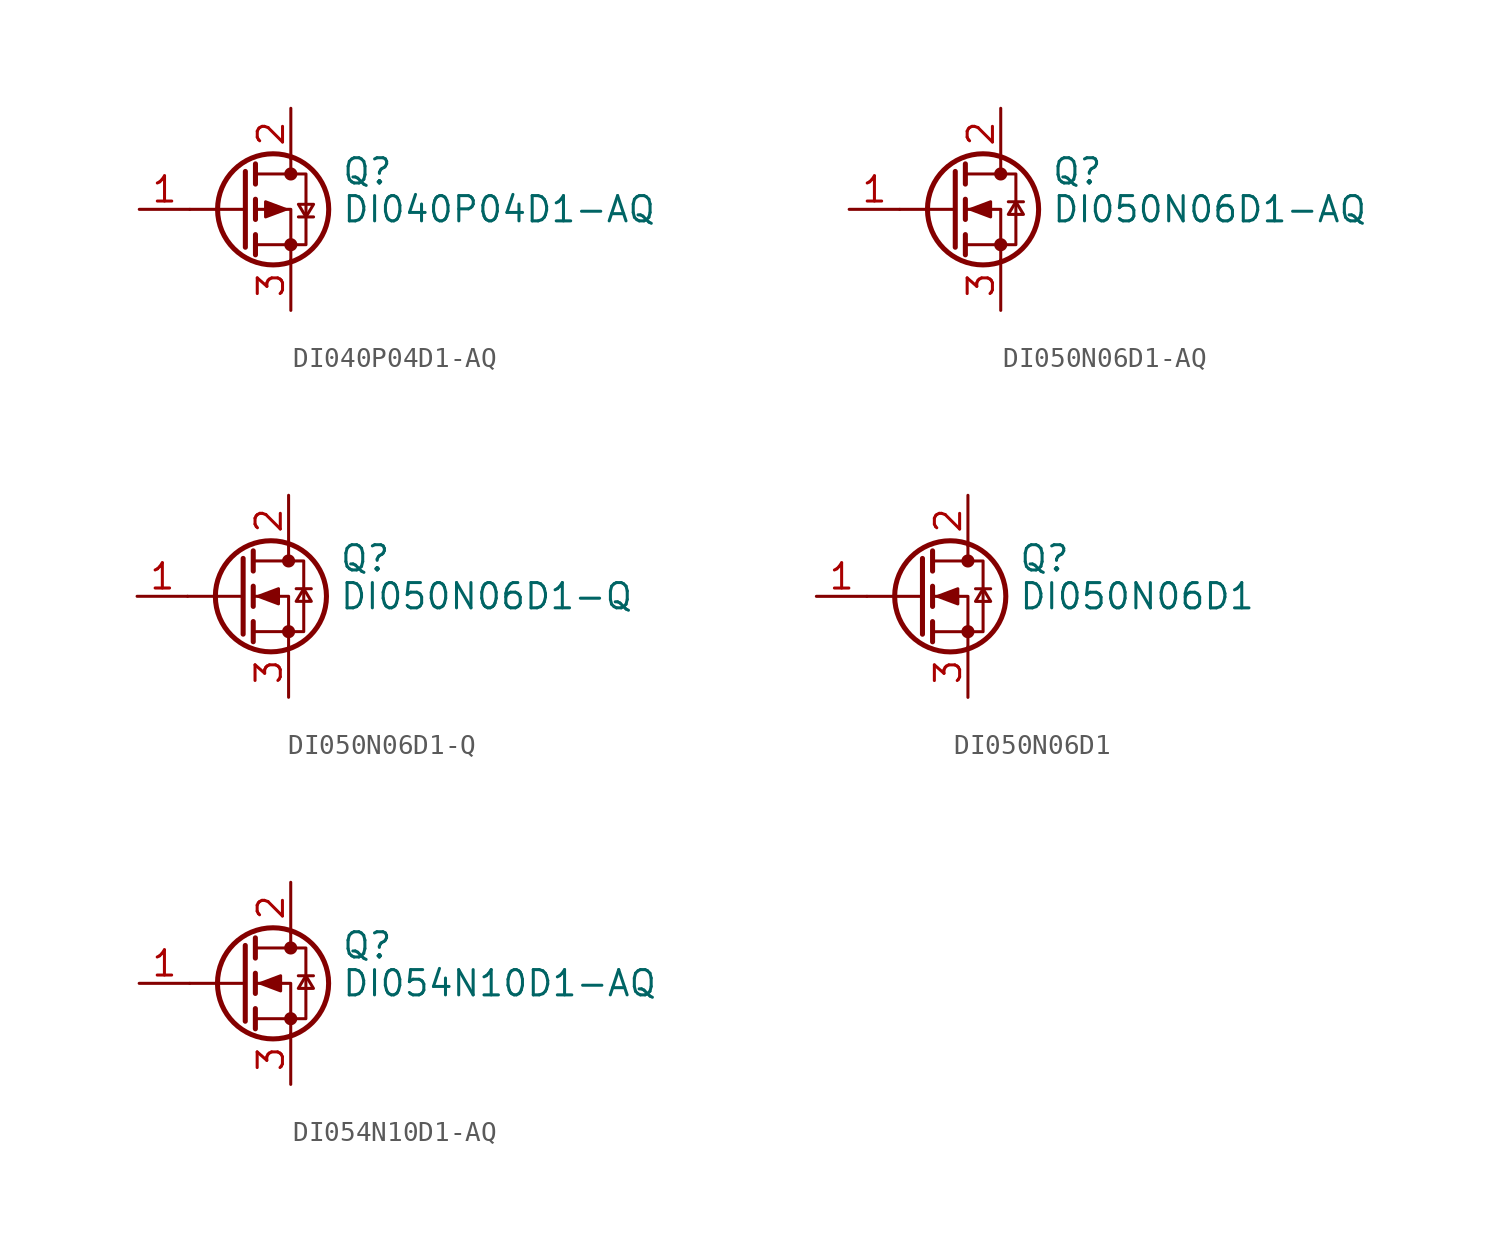
<source format=kicad_sym>
(kicad_symbol_lib
  (version 20241209)
  (generator "kicad_symbol_editor")
  (generator_version "9.0")
  (symbol "DI040P04D1-AQ"
    (pin_names
      (offset 0)
      (hide yes))
    (property "Reference" "Q"
      (at 5.08 1.905 0)
      (effects (font (size 1.27 1.27)) (justify left)))
    (property "Value" "DI040P04D1-AQ"
      (at 5.08 0 0)
      (effects (font (size 1.27 1.27)) (justify left)))
    (symbol "DI040P04D1-AQ_0_1"
      (polyline (pts (xy 0.254 1.905) (xy 0.254 -1.905)) (stroke (width 0.254) (type default)) (fill (type none)))
      (polyline (pts (xy 0.254 0) (xy -2.54 0)) (stroke (width 0) (type default)) (fill (type none)))
      (polyline (pts (xy 0.762 2.286) (xy 0.762 1.27)) (stroke (width 0.254) (type default)) (fill (type none)))
      (polyline (pts (xy 0.762 1.778) (xy 3.302 1.778) (xy 3.302 -1.778) (xy 0.762 -1.778)) (stroke (width 0) (type default)) (fill (type none)))
      (polyline (pts (xy 0.762 0.508) (xy 0.762 -0.508)) (stroke (width 0.254) (type default)) (fill (type none)))
      (polyline (pts (xy 0.762 -1.27) (xy 0.762 -2.286)) (stroke (width 0.254) (type default)) (fill (type none)))
      (circle (center 1.651 0) (radius 2.794) (stroke (width 0.254) (type default)) (fill (type none)))
      (polyline (pts (xy 2.286 0) (xy 1.27 0.381) (xy 1.27 -0.381) (xy 2.286 0)) (stroke (width 0) (type default)) (fill (type outline)))
      (polyline (pts (xy 2.54 2.54) (xy 2.54 1.778)) (stroke (width 0) (type default)) (fill (type none)))
      (circle (center 2.54 1.778) (radius 0.254) (stroke (width 0) (type default)) (fill (type outline)))
      (circle (center 2.54 -1.778) (radius 0.254) (stroke (width 0) (type default)) (fill (type outline)))
      (polyline (pts (xy 2.54 -2.54) (xy 2.54 0) (xy 0.762 0)) (stroke (width 0) (type default)) (fill (type none)))
      (polyline (pts (xy 2.921 -0.381) (xy 3.683 -0.381)) (stroke (width 0) (type default)) (fill (type none)))
      (polyline (pts (xy 3.302 -0.381) (xy 2.921 0.254) (xy 3.683 0.254) (xy 3.302 -0.381)) (stroke (width 0) (type default)) (fill (type none))))
    (symbol "DI040P04D1-AQ_1_1"
      (pin input line (at -5.08 0 0) (length 2.54) (name "G" (effects (font (size 1.27 1.27)))) (number "1" (effects (font (size 1.27 1.27)))))
      (pin passive line (at 2.54 5.08 270) (length 2.54) (name "D" (effects (font (size 1.27 1.27)))) (number "2" (effects (font (size 1.27 1.27)))))
      (pin passive line (at 2.54 -5.08 90) (length 2.54) (name "S" (effects (font (size 1.27 1.27)))) (number "3" (effects (font (size 1.27 1.27)))))))
  (symbol "DI050N06D1-AQ"
    (pin_names
      (offset 0)
      (hide yes))
    (property "Reference" "Q"
      (at 5.08 1.905 0)
      (effects (font (size 1.27 1.27)) (justify left)))
    (property "Value" "DI050N06D1-AQ"
      (at 5.08 0 0)
      (effects (font (size 1.27 1.27)) (justify left)))
    (symbol "DI050N06D1-AQ_0_1"
      (polyline (pts (xy 0.254 1.905) (xy 0.254 -1.905)) (stroke (width 0.254) (type default)) (fill (type none)))
      (polyline (pts (xy 0.254 0) (xy -2.54 0)) (stroke (width 0) (type default)) (fill (type none)))
      (polyline (pts (xy 0.762 2.286) (xy 0.762 1.27)) (stroke (width 0.254) (type default)) (fill (type none)))
      (polyline (pts (xy 0.762 0.508) (xy 0.762 -0.508)) (stroke (width 0.254) (type default)) (fill (type none)))
      (polyline (pts (xy 0.762 -1.27) (xy 0.762 -2.286)) (stroke (width 0.254) (type default)) (fill (type none)))
      (polyline (pts (xy 0.762 -1.778) (xy 3.302 -1.778) (xy 3.302 1.778) (xy 0.762 1.778)) (stroke (width 0) (type default)) (fill (type none)))
      (polyline (pts (xy 1.016 0) (xy 2.032 0.381) (xy 2.032 -0.381) (xy 1.016 0)) (stroke (width 0) (type default)) (fill (type outline)))
      (circle (center 1.651 0) (radius 2.794) (stroke (width 0.254) (type default)) (fill (type none)))
      (polyline (pts (xy 2.54 2.54) (xy 2.54 1.778)) (stroke (width 0) (type default)) (fill (type none)))
      (circle (center 2.54 1.778) (radius 0.254) (stroke (width 0) (type default)) (fill (type outline)))
      (circle (center 2.54 -1.778) (radius 0.254) (stroke (width 0) (type default)) (fill (type outline)))
      (polyline (pts (xy 2.54 -2.54) (xy 2.54 0) (xy 0.762 0)) (stroke (width 0) (type default)) (fill (type none)))
      (polyline (pts (xy 2.921 0.381) (xy 3.683 0.381)) (stroke (width 0) (type default)) (fill (type none)))
      (polyline (pts (xy 3.302 0.381) (xy 2.921 -0.254) (xy 3.683 -0.254) (xy 3.302 0.381)) (stroke (width 0) (type default)) (fill (type none))))
    (symbol "DI050N06D1-AQ_1_1"
      (pin input line (at -5.08 0 0) (length 2.54) (name "G" (effects (font (size 1.27 1.27)))) (number "1" (effects (font (size 1.27 1.27)))))
      (pin passive line (at 2.54 5.08 270) (length 2.54) (name "D" (effects (font (size 1.27 1.27)))) (number "2" (effects (font (size 1.27 1.27)))))
      (pin passive line (at 2.54 -5.08 90) (length 2.54) (name "S" (effects (font (size 1.27 1.27)))) (number "3" (effects (font (size 1.27 1.27)))))))
  (symbol "DI050N06D1-Q"
    (pin_names
      (offset 0)
      (hide yes))
    (property "Reference" "Q"
      (at 5.08 1.905 0)
      (effects (font (size 1.27 1.27)) (justify left)))
    (property "Value" "DI050N06D1-Q"
      (at 5.08 0 0)
      (effects (font (size 1.27 1.27)) (justify left)))
    (symbol "DI050N06D1-Q_0_1"
      (polyline (pts (xy 0.254 1.905) (xy 0.254 -1.905)) (stroke (width 0.254) (type default)) (fill (type none)))
      (polyline (pts (xy 0.254 0) (xy -2.54 0)) (stroke (width 0) (type default)) (fill (type none)))
      (polyline (pts (xy 0.762 2.286) (xy 0.762 1.27)) (stroke (width 0.254) (type default)) (fill (type none)))
      (polyline (pts (xy 0.762 0.508) (xy 0.762 -0.508)) (stroke (width 0.254) (type default)) (fill (type none)))
      (polyline (pts (xy 0.762 -1.27) (xy 0.762 -2.286)) (stroke (width 0.254) (type default)) (fill (type none)))
      (polyline (pts (xy 0.762 -1.778) (xy 3.302 -1.778) (xy 3.302 1.778) (xy 0.762 1.778)) (stroke (width 0) (type default)) (fill (type none)))
      (polyline (pts (xy 1.016 0) (xy 2.032 0.381) (xy 2.032 -0.381) (xy 1.016 0)) (stroke (width 0) (type default)) (fill (type outline)))
      (circle (center 1.651 0) (radius 2.794) (stroke (width 0.254) (type default)) (fill (type none)))
      (polyline (pts (xy 2.54 2.54) (xy 2.54 1.778)) (stroke (width 0) (type default)) (fill (type none)))
      (circle (center 2.54 1.778) (radius 0.254) (stroke (width 0) (type default)) (fill (type outline)))
      (circle (center 2.54 -1.778) (radius 0.254) (stroke (width 0) (type default)) (fill (type outline)))
      (polyline (pts (xy 2.54 -2.54) (xy 2.54 0) (xy 0.762 0)) (stroke (width 0) (type default)) (fill (type none)))
      (polyline (pts (xy 2.921 0.381) (xy 3.683 0.381)) (stroke (width 0) (type default)) (fill (type none)))
      (polyline (pts (xy 3.302 0.381) (xy 2.921 -0.254) (xy 3.683 -0.254) (xy 3.302 0.381)) (stroke (width 0) (type default)) (fill (type none))))
    (symbol "DI050N06D1-Q_1_1"
      (pin input line (at -5.08 0 0) (length 2.54) (name "G" (effects (font (size 1.27 1.27)))) (number "1" (effects (font (size 1.27 1.27)))))
      (pin passive line (at 2.54 5.08 270) (length 2.54) (name "D" (effects (font (size 1.27 1.27)))) (number "2" (effects (font (size 1.27 1.27)))))
      (pin passive line (at 2.54 -5.08 90) (length 2.54) (name "S" (effects (font (size 1.27 1.27)))) (number "3" (effects (font (size 1.27 1.27)))))))
  (symbol "DI050N06D1"
    (pin_names
      (offset 0)
      (hide yes))
    (property "Reference" "Q"
      (at 5.08 1.905 0)
      (effects (font (size 1.27 1.27)) (justify left)))
    (property "Value" "DI050N06D1"
      (at 5.08 0 0)
      (effects (font (size 1.27 1.27)) (justify left)))
    (symbol "DI050N06D1_0_1"
      (polyline (pts (xy 0.254 1.905) (xy 0.254 -1.905)) (stroke (width 0.254) (type default)) (fill (type none)))
      (polyline (pts (xy 0.254 0) (xy -2.54 0)) (stroke (width 0) (type default)) (fill (type none)))
      (polyline (pts (xy 0.762 2.286) (xy 0.762 1.27)) (stroke (width 0.254) (type default)) (fill (type none)))
      (polyline (pts (xy 0.762 0.508) (xy 0.762 -0.508)) (stroke (width 0.254) (type default)) (fill (type none)))
      (polyline (pts (xy 0.762 -1.27) (xy 0.762 -2.286)) (stroke (width 0.254) (type default)) (fill (type none)))
      (polyline (pts (xy 0.762 -1.778) (xy 3.302 -1.778) (xy 3.302 1.778) (xy 0.762 1.778)) (stroke (width 0) (type default)) (fill (type none)))
      (polyline (pts (xy 1.016 0) (xy 2.032 0.381) (xy 2.032 -0.381) (xy 1.016 0)) (stroke (width 0) (type default)) (fill (type outline)))
      (circle (center 1.651 0) (radius 2.794) (stroke (width 0.254) (type default)) (fill (type none)))
      (polyline (pts (xy 2.54 2.54) (xy 2.54 1.778)) (stroke (width 0) (type default)) (fill (type none)))
      (circle (center 2.54 1.778) (radius 0.254) (stroke (width 0) (type default)) (fill (type outline)))
      (circle (center 2.54 -1.778) (radius 0.254) (stroke (width 0) (type default)) (fill (type outline)))
      (polyline (pts (xy 2.54 -2.54) (xy 2.54 0) (xy 0.762 0)) (stroke (width 0) (type default)) (fill (type none)))
      (polyline (pts (xy 2.921 0.381) (xy 3.683 0.381)) (stroke (width 0) (type default)) (fill (type none)))
      (polyline (pts (xy 3.302 0.381) (xy 2.921 -0.254) (xy 3.683 -0.254) (xy 3.302 0.381)) (stroke (width 0) (type default)) (fill (type none))))
    (symbol "DI050N06D1_1_1"
      (pin input line (at -5.08 0 0) (length 2.54) (name "G" (effects (font (size 1.27 1.27)))) (number "1" (effects (font (size 1.27 1.27)))))
      (pin passive line (at 2.54 5.08 270) (length 2.54) (name "D" (effects (font (size 1.27 1.27)))) (number "2" (effects (font (size 1.27 1.27)))))
      (pin passive line (at 2.54 -5.08 90) (length 2.54) (name "S" (effects (font (size 1.27 1.27)))) (number "3" (effects (font (size 1.27 1.27)))))))
  (symbol "DI054N10D1-AQ"
    (pin_names
      (offset 0)
      (hide yes))
    (property "Reference" "Q"
      (at 5.08 1.905 0)
      (effects (font (size 1.27 1.27)) (justify left)))
    (property "Value" "DI054N10D1-AQ"
      (at 5.08 0 0)
      (effects (font (size 1.27 1.27)) (justify left)))
    (symbol "DI054N10D1-AQ_0_1"
      (polyline (pts (xy 0.254 1.905) (xy 0.254 -1.905)) (stroke (width 0.254) (type default)) (fill (type none)))
      (polyline (pts (xy 0.254 0) (xy -2.54 0)) (stroke (width 0) (type default)) (fill (type none)))
      (polyline (pts (xy 0.762 2.286) (xy 0.762 1.27)) (stroke (width 0.254) (type default)) (fill (type none)))
      (polyline (pts (xy 0.762 0.508) (xy 0.762 -0.508)) (stroke (width 0.254) (type default)) (fill (type none)))
      (polyline (pts (xy 0.762 -1.27) (xy 0.762 -2.286)) (stroke (width 0.254) (type default)) (fill (type none)))
      (polyline (pts (xy 0.762 -1.778) (xy 3.302 -1.778) (xy 3.302 1.778) (xy 0.762 1.778)) (stroke (width 0) (type default)) (fill (type none)))
      (polyline (pts (xy 1.016 0) (xy 2.032 0.381) (xy 2.032 -0.381) (xy 1.016 0)) (stroke (width 0) (type default)) (fill (type outline)))
      (circle (center 1.651 0) (radius 2.794) (stroke (width 0.254) (type default)) (fill (type none)))
      (polyline (pts (xy 2.54 2.54) (xy 2.54 1.778)) (stroke (width 0) (type default)) (fill (type none)))
      (circle (center 2.54 1.778) (radius 0.254) (stroke (width 0) (type default)) (fill (type outline)))
      (circle (center 2.54 -1.778) (radius 0.254) (stroke (width 0) (type default)) (fill (type outline)))
      (polyline (pts (xy 2.54 -2.54) (xy 2.54 0) (xy 0.762 0)) (stroke (width 0) (type default)) (fill (type none)))
      (polyline (pts (xy 2.921 0.381) (xy 3.683 0.381)) (stroke (width 0) (type default)) (fill (type none)))
      (polyline (pts (xy 3.302 0.381) (xy 2.921 -0.254) (xy 3.683 -0.254) (xy 3.302 0.381)) (stroke (width 0) (type default)) (fill (type none))))
    (symbol "DI054N10D1-AQ_1_1"
      (pin input line (at -5.08 0 0) (length 2.54) (name "G" (effects (font (size 1.27 1.27)))) (number "1" (effects (font (size 1.27 1.27)))))
      (pin passive line (at 2.54 5.08 270) (length 2.54) (name "D" (effects (font (size 1.27 1.27)))) (number "2" (effects (font (size 1.27 1.27)))))
      (pin passive line (at 2.54 -5.08 90) (length 2.54) (name "S" (effects (font (size 1.27 1.27)))) (number "3" (effects (font (size 1.27 1.27))))))))
</source>
